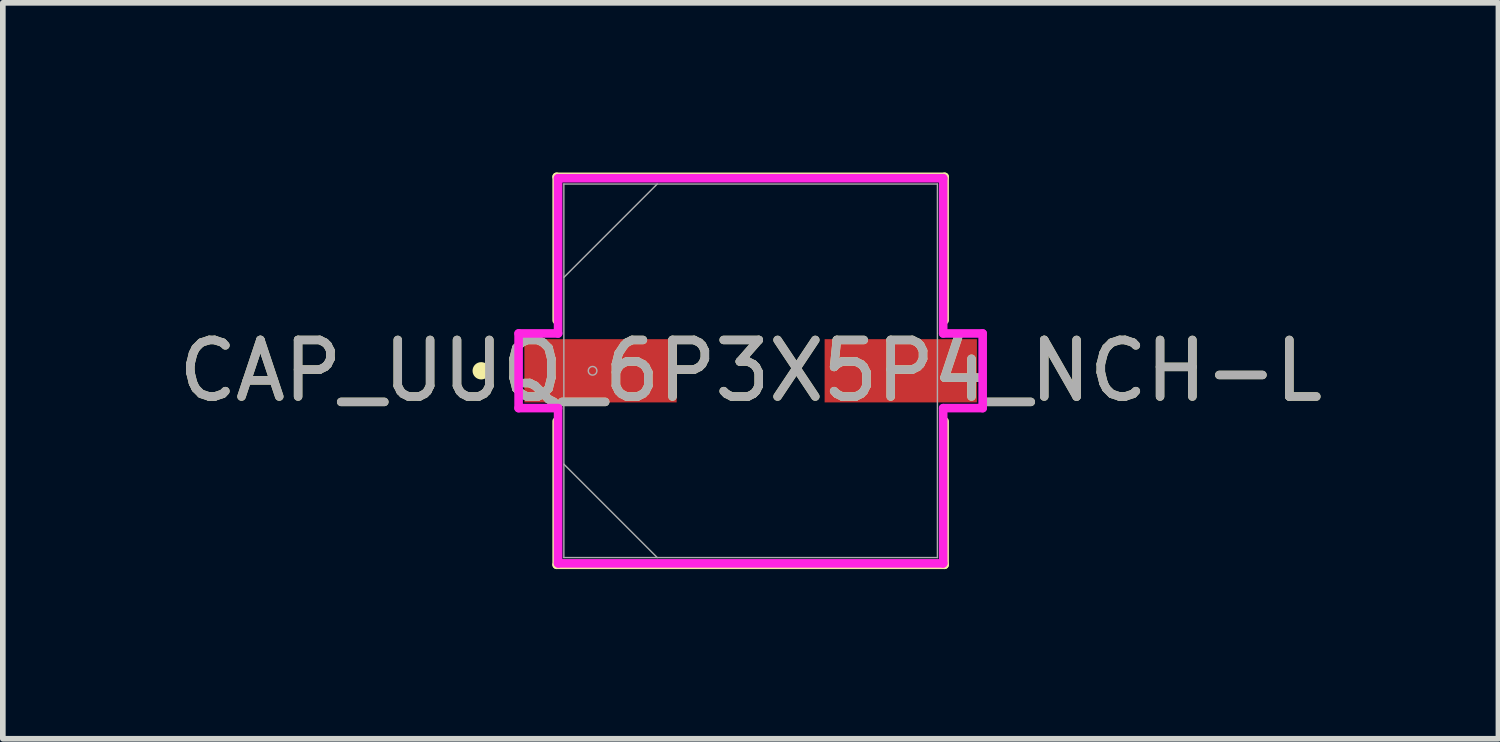
<source format=kicad_pcb>
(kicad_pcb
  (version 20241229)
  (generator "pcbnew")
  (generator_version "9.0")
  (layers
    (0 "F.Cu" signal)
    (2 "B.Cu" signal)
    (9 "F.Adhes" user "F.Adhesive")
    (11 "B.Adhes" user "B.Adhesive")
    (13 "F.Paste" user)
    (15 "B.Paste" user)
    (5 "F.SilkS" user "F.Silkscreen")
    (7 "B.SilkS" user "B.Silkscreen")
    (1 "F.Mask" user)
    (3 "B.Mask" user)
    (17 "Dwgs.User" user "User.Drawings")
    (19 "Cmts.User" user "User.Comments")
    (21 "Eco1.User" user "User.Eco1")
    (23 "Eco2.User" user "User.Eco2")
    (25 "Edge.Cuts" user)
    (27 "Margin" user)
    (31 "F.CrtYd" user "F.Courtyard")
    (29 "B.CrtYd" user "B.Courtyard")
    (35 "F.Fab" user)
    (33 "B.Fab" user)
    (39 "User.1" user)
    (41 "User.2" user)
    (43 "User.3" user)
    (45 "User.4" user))
  (footprint "CAP_UUQ_6P3X5P4_NCH-L"
    (layer "F.Cu")
    (at 10.22 3.505)
    (property "Reference" "CAP_UUQ_6P3X5P4_NCH-L" (at 0 0 0) (unlocked yes) (layer "F.SilkS") (effects (font (size 1 1) (thickness 0.15))))
    (attr smd)
    (fp_line (start -3.429 -3.429) (end -3.429 -0.892) (stroke (width 0.152) (type solid)) (layer "F.SilkS"))
    (fp_line (start -3.429 0.892) (end -3.429 3.429) (stroke (width 0.152) (type solid)) (layer "F.SilkS"))
    (fp_line (start -3.429 3.429) (end 3.429 3.429) (stroke (width 0.152) (type solid)) (layer "F.SilkS"))
    (fp_line (start 3.429 -3.429) (end -3.429 -3.429) (stroke (width 0.152) (type solid)) (layer "F.SilkS"))
    (fp_line (start 3.429 -0.892) (end 3.429 -3.429) (stroke (width 0.152) (type solid)) (layer "F.SilkS"))
    (fp_line (start 3.429 3.429) (end 3.429 0.892) (stroke (width 0.152) (type solid)) (layer "F.SilkS"))
    (fp_circle (center -4.763 0) (end -4.686 0) (stroke (width 0.152) (type solid)) (fill no) (layer "F.SilkS"))
    (fp_line (start -4.102 -0.66) (end -3.404 -0.66) (stroke (width 0.152) (type solid)) (layer "F.CrtYd"))
    (fp_line (start -4.102 0.66) (end -4.102 -0.66) (stroke (width 0.152) (type solid)) (layer "F.CrtYd"))
    (fp_line (start -3.404 -3.404) (end 3.404 -3.404) (stroke (width 0.152) (type solid)) (layer "F.CrtYd"))
    (fp_line (start -3.404 -0.66) (end -3.404 -3.404) (stroke (width 0.152) (type solid)) (layer "F.CrtYd"))
    (fp_line (start -3.404 0.66) (end -4.102 0.66) (stroke (width 0.152) (type solid)) (layer "F.CrtYd"))
    (fp_line (start -3.404 3.404) (end -3.404 0.66) (stroke (width 0.152) (type solid)) (layer "F.CrtYd"))
    (fp_line (start 3.404 -3.404) (end 3.404 -0.66) (stroke (width 0.152) (type solid)) (layer "F.CrtYd"))
    (fp_line (start 3.404 -0.66) (end 4.102 -0.66) (stroke (width 0.152) (type solid)) (layer "F.CrtYd"))
    (fp_line (start 3.404 0.66) (end 3.404 3.404) (stroke (width 0.152) (type solid)) (layer "F.CrtYd"))
    (fp_line (start 3.404 3.404) (end -3.404 3.404) (stroke (width 0.152) (type solid)) (layer "F.CrtYd"))
    (fp_line (start 4.102 -0.66) (end 4.102 0.66) (stroke (width 0.152) (type solid)) (layer "F.CrtYd"))
    (fp_line (start 4.102 0.66) (end 3.404 0.66) (stroke (width 0.152) (type solid)) (layer "F.CrtYd"))
    (fp_line (start -3.302 -3.302) (end -3.302 3.302) (stroke (width 0.025) (type solid)) (layer "F.Fab"))
    (fp_line (start -3.302 -1.651) (end -1.651 -3.302) (stroke (width 0.025) (type solid)) (layer "F.Fab"))
    (fp_line (start -3.302 1.651) (end -1.651 3.302) (stroke (width 0.025) (type solid)) (layer "F.Fab"))
    (fp_line (start -3.302 3.302) (end 3.302 3.302) (stroke (width 0.025) (type solid)) (layer "F.Fab"))
    (fp_line (start 3.302 -3.302) (end -3.302 -3.302) (stroke (width 0.025) (type solid)) (layer "F.Fab"))
    (fp_line (start 3.302 3.302) (end 3.302 -3.302) (stroke (width 0.025) (type solid)) (layer "F.Fab"))
    (fp_circle (center -2.794 0) (end -2.718 0) (stroke (width 0.025) (type solid)) (fill no) (layer "F.Fab"))
    (fp_text user "${REFERENCE}" (at 0 0 0) (unlocked yes) (layer "F.Fab") (effects (font (size 1 1) (thickness 0.15))))
    (pad "1" smd rect (at -2.654 0) (size 2.692 1.118) (layers "F.Cu" "F.Mask" "F.Paste"))
    (pad "2" smd rect (at 2.654 0) (size 2.692 1.118) (layers "F.Cu" "F.Mask" "F.Paste"))
    (zone (net_name "") (layer "F.Cu") (hatch full 0.508) (connect_pads) (min_thickness 0.254) (filled_areas_thickness no) (keepout (tracks not_allowed) (vias not_allowed) (pads allowed) (copperpour not_allowed) (footprints allowed)) (placement (enabled no)) (fill) (polygon (pts (xy 6.969 0.254) (xy 13.471 0.254) (xy 13.471 2.896) (xy 6.969 2.896))))
    (zone (net_name "") (layer "F.Cu") (hatch full 0.508) (connect_pads) (min_thickness 0.254) (filled_areas_thickness no) (keepout (tracks not_allowed) (vias not_allowed) (pads allowed) (copperpour not_allowed) (footprints allowed)) (placement (enabled no)) (fill) (polygon (pts (xy 6.969 4.115) (xy 13.471 4.115) (xy 13.471 6.756) (xy 6.969 6.756))))
    (zone (net_name "") (layer "F.Cu") (hatch full 0.508) (connect_pads) (min_thickness 0.254) (filled_areas_thickness no) (keepout (tracks not_allowed) (vias not_allowed) (pads allowed) (copperpour not_allowed) (footprints allowed)) (placement (enabled no)) (fill) (polygon (pts (xy 8.963 2.896) (xy 11.478 2.896) (xy 11.478 4.115) (xy 8.963 4.115)))))
  (gr_rect
    (start -3 -3)
    (end 23.44 10.01)
    (stroke (width 0.1) (type default))
    (fill no)
    (layer "Edge.Cuts")))
</source>
